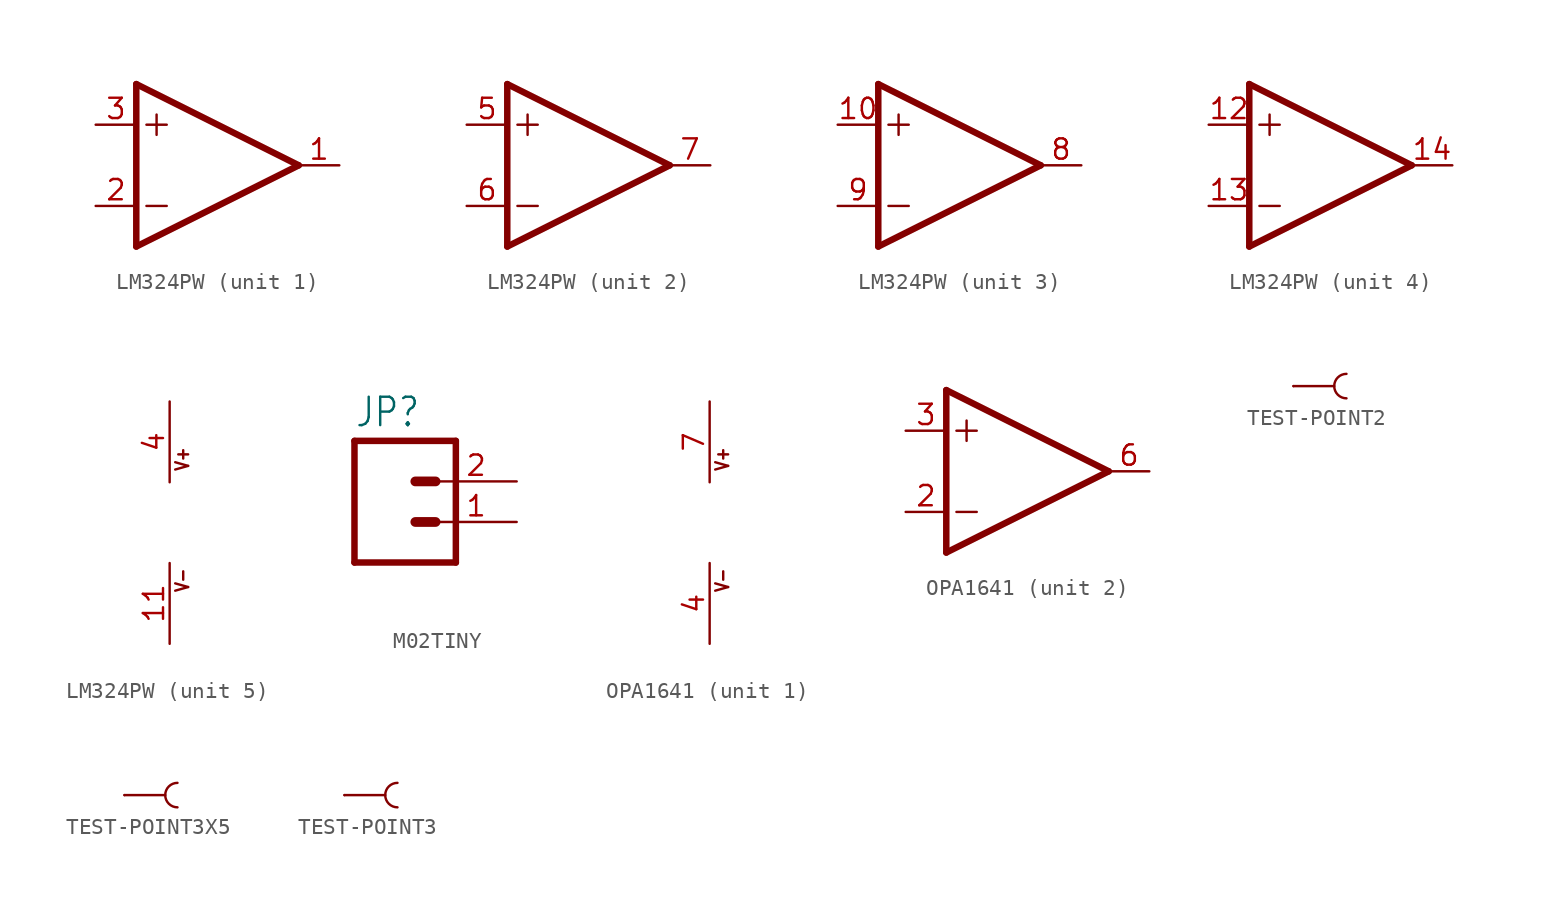
<source format=kicad_sym>
(kicad_symbol_lib
  (version 20220914)
  (generator kicad_symbol_editor)
  (symbol "LM324PW"
    (property "Reference" "IC"
      (at 2.54 3.175 0)
      (effects (font (size 1.778 1.511)) (justify left bottom) hide))
    (property "ki_locked" ""
      (at 0 0 0)
      (effects (font (size 1.27 1.27))))
    (symbol "LM324PW_1_0"
      (polyline (pts (xy -5.08 -5.08) (xy 5.08 0)) (stroke (width 0.406) (type solid)) (fill (type none)))
      (polyline (pts (xy -5.08 5.08) (xy -5.08 -5.08)) (stroke (width 0.406) (type solid)) (fill (type none)))
      (polyline (pts (xy -4.445 -2.54) (xy -3.175 -2.54)) (stroke (width 0.152) (type solid)) (fill (type none)))
      (polyline (pts (xy -4.445 2.54) (xy -3.175 2.54)) (stroke (width 0.152) (type solid)) (fill (type none)))
      (polyline (pts (xy -3.81 3.175) (xy -3.81 1.905)) (stroke (width 0.152) (type solid)) (fill (type none)))
      (polyline (pts (xy 5.08 0) (xy -5.08 5.08)) (stroke (width 0.406) (type solid)) (fill (type none)))
      (pin output line (at 7.62 0 180) (length 2.54) (name "OUT" (effects (font (size 0 0)))) (number "1" (effects (font (size 1.27 1.27)))))
      (pin input line (at -7.62 -2.54 0) (length 2.54) (name "-IN" (effects (font (size 0 0)))) (number "2" (effects (font (size 1.27 1.27)))))
      (pin input line (at -7.62 2.54 0) (length 2.54) (name "+IN" (effects (font (size 0 0)))) (number "3" (effects (font (size 1.27 1.27))))))
    (symbol "LM324PW_2_0"
      (polyline (pts (xy -5.08 -5.08) (xy 5.08 0)) (stroke (width 0.406) (type solid)) (fill (type none)))
      (polyline (pts (xy -5.08 5.08) (xy -5.08 -5.08)) (stroke (width 0.406) (type solid)) (fill (type none)))
      (polyline (pts (xy -4.445 -2.54) (xy -3.175 -2.54)) (stroke (width 0.152) (type solid)) (fill (type none)))
      (polyline (pts (xy -4.445 2.54) (xy -3.175 2.54)) (stroke (width 0.152) (type solid)) (fill (type none)))
      (polyline (pts (xy -3.81 3.175) (xy -3.81 1.905)) (stroke (width 0.152) (type solid)) (fill (type none)))
      (polyline (pts (xy 5.08 0) (xy -5.08 5.08)) (stroke (width 0.406) (type solid)) (fill (type none)))
      (pin input line (at -7.62 2.54 0) (length 2.54) (name "+IN" (effects (font (size 0 0)))) (number "5" (effects (font (size 1.27 1.27)))))
      (pin input line (at -7.62 -2.54 0) (length 2.54) (name "-IN" (effects (font (size 0 0)))) (number "6" (effects (font (size 1.27 1.27)))))
      (pin output line (at 7.62 0 180) (length 2.54) (name "OUT" (effects (font (size 0 0)))) (number "7" (effects (font (size 1.27 1.27))))))
    (symbol "LM324PW_3_0"
      (polyline (pts (xy -5.08 -5.08) (xy 5.08 0)) (stroke (width 0.406) (type solid)) (fill (type none)))
      (polyline (pts (xy -5.08 5.08) (xy -5.08 -5.08)) (stroke (width 0.406) (type solid)) (fill (type none)))
      (polyline (pts (xy -4.445 -2.54) (xy -3.175 -2.54)) (stroke (width 0.152) (type solid)) (fill (type none)))
      (polyline (pts (xy -4.445 2.54) (xy -3.175 2.54)) (stroke (width 0.152) (type solid)) (fill (type none)))
      (polyline (pts (xy -3.81 3.175) (xy -3.81 1.905)) (stroke (width 0.152) (type solid)) (fill (type none)))
      (polyline (pts (xy 5.08 0) (xy -5.08 5.08)) (stroke (width 0.406) (type solid)) (fill (type none)))
      (pin input line (at -7.62 2.54 0) (length 2.54) (name "+IN" (effects (font (size 0 0)))) (number "10" (effects (font (size 1.27 1.27)))))
      (pin output line (at 7.62 0 180) (length 2.54) (name "OUT" (effects (font (size 0 0)))) (number "8" (effects (font (size 1.27 1.27)))))
      (pin input line (at -7.62 -2.54 0) (length 2.54) (name "-IN" (effects (font (size 0 0)))) (number "9" (effects (font (size 1.27 1.27))))))
    (symbol "LM324PW_4_0"
      (polyline (pts (xy -5.08 -5.08) (xy 5.08 0)) (stroke (width 0.406) (type solid)) (fill (type none)))
      (polyline (pts (xy -5.08 5.08) (xy -5.08 -5.08)) (stroke (width 0.406) (type solid)) (fill (type none)))
      (polyline (pts (xy -4.445 -2.54) (xy -3.175 -2.54)) (stroke (width 0.152) (type solid)) (fill (type none)))
      (polyline (pts (xy -4.445 2.54) (xy -3.175 2.54)) (stroke (width 0.152) (type solid)) (fill (type none)))
      (polyline (pts (xy -3.81 3.175) (xy -3.81 1.905)) (stroke (width 0.152) (type solid)) (fill (type none)))
      (polyline (pts (xy 5.08 0) (xy -5.08 5.08)) (stroke (width 0.406) (type solid)) (fill (type none)))
      (pin input line (at -7.62 2.54 0) (length 2.54) (name "+IN" (effects (font (size 0 0)))) (number "12" (effects (font (size 1.27 1.27)))))
      (pin input line (at -7.62 -2.54 0) (length 2.54) (name "-IN" (effects (font (size 0 0)))) (number "13" (effects (font (size 1.27 1.27)))))
      (pin output line (at 7.62 0 180) (length 2.54) (name "OUT" (effects (font (size 0 0)))) (number "14" (effects (font (size 1.27 1.27))))))
    (symbol "LM324PW_5_0"
      (text "V+" (at 1.27 3.175 900) (effects (font (size 0.813 0.691)) (justify left bottom)))
      (text "V-" (at 1.27 -4.445 900) (effects (font (size 0.813 0.691)) (justify left bottom)))
      (pin power_in line (at 0 -7.62 90) (length 5.08) (name "V-" (effects (font (size 0 0)))) (number "11" (effects (font (size 1.27 1.27)))))
      (pin power_in line (at 0 7.62 270) (length 5.08) (name "V+" (effects (font (size 0 0)))) (number "4" (effects (font (size 1.27 1.27)))))))
  (symbol "M02TINY"
    (property "Reference" "JP"
      (at -2.54 5.842 0)
      (effects (font (size 1.778 1.511)) (justify left bottom)))
    (property "Value" ""
      (at -2.54 -5.08 0)
      (effects (font (size 1.778 1.511)) (justify left bottom)))
    (property "ki_locked" ""
      (at 0 0 0)
      (effects (font (size 1.27 1.27))))
    (symbol "M02TINY_1_0"
      (polyline (pts (xy -2.54 5.08) (xy -2.54 -2.54)) (stroke (width 0.406) (type solid)) (fill (type none)))
      (polyline (pts (xy -2.54 5.08) (xy 3.81 5.08)) (stroke (width 0.406) (type solid)) (fill (type none)))
      (polyline (pts (xy 1.27 0) (xy 2.54 0)) (stroke (width 0.61) (type solid)) (fill (type none)))
      (polyline (pts (xy 1.27 2.54) (xy 2.54 2.54)) (stroke (width 0.61) (type solid)) (fill (type none)))
      (polyline (pts (xy 3.81 -2.54) (xy -2.54 -2.54)) (stroke (width 0.406) (type solid)) (fill (type none)))
      (polyline (pts (xy 3.81 -2.54) (xy 3.81 5.08)) (stroke (width 0.406) (type solid)) (fill (type none)))
      (pin passive line (at 7.62 0 180) (length 5.08) (name "1" (effects (font (size 0 0)))) (number "1" (effects (font (size 1.27 1.27)))))
      (pin passive line (at 7.62 2.54 180) (length 5.08) (name "2" (effects (font (size 0 0)))) (number "2" (effects (font (size 1.27 1.27)))))))
  (symbol "OPA1641"
    (property "Reference" "IC"
      (at 2.54 3.175 0)
      (effects (font (size 1.778 1.511)) (justify left bottom) hide))
    (property "ki_locked" ""
      (at 0 0 0)
      (effects (font (size 1.27 1.27))))
    (symbol "OPA1641_1_0"
      (text "V+" (at 1.27 3.175 900) (effects (font (size 0.813 0.691)) (justify left bottom)))
      (text "V-" (at 1.27 -4.445 900) (effects (font (size 0.813 0.691)) (justify left bottom)))
      (pin power_in line (at 0 -7.62 90) (length 5.08) (name "V-" (effects (font (size 0 0)))) (number "4" (effects (font (size 1.27 1.27)))))
      (pin power_in line (at 0 7.62 270) (length 5.08) (name "V+" (effects (font (size 0 0)))) (number "7" (effects (font (size 1.27 1.27))))))
    (symbol "OPA1641_2_0"
      (polyline (pts (xy -5.08 -5.08) (xy 5.08 0)) (stroke (width 0.406) (type solid)) (fill (type none)))
      (polyline (pts (xy -5.08 5.08) (xy -5.08 -5.08)) (stroke (width 0.406) (type solid)) (fill (type none)))
      (polyline (pts (xy -4.445 -2.54) (xy -3.175 -2.54)) (stroke (width 0.152) (type solid)) (fill (type none)))
      (polyline (pts (xy -4.445 2.54) (xy -3.175 2.54)) (stroke (width 0.152) (type solid)) (fill (type none)))
      (polyline (pts (xy -3.81 3.175) (xy -3.81 1.905)) (stroke (width 0.152) (type solid)) (fill (type none)))
      (polyline (pts (xy 5.08 0) (xy -5.08 5.08)) (stroke (width 0.406) (type solid)) (fill (type none)))
      (pin input line (at -7.62 -2.54 0) (length 2.54) (name "-IN" (effects (font (size 0 0)))) (number "2" (effects (font (size 1.27 1.27)))))
      (pin input line (at -7.62 2.54 0) (length 2.54) (name "+IN" (effects (font (size 0 0)))) (number "3" (effects (font (size 1.27 1.27)))))
      (pin output line (at 7.62 0 180) (length 2.54) (name "OUT" (effects (font (size 0 0)))) (number "6" (effects (font (size 1.27 1.27)))))))
  (symbol "TEST-POINT2"
    (property "Reference" "TP"
      (at -2.54 2.54 0)
      (effects (font (size 1.778 1.511)) (justify left bottom) hide))
    (property "ki_locked" ""
      (at 0 0 0)
      (effects (font (size 1.27 1.27))))
    (symbol "TEST-POINT2_1_0"
      (polyline (pts (xy 2.54 0) (xy 0 0)) (stroke (width 0.152) (type solid)) (fill (type none)))
      (arc (start 3.302 0.762) (mid 2.54 0) (end 3.302 -0.762) (stroke (width 0.1524) (type solid)) (fill (type none)))
      (pin bidirectional line (at 0 0 180) (length 0) (name "1" (effects (font (size 0 0)))) (number "P$1" (effects (font (size 0 0)))))))
  (symbol "TEST-POINT3X5"
    (property "Reference" "TP"
      (at -2.54 2.54 0)
      (effects (font (size 1.778 1.511)) (justify left bottom) hide))
    (property "ki_locked" ""
      (at 0 0 0)
      (effects (font (size 1.27 1.27))))
    (symbol "TEST-POINT3X5_1_0"
      (polyline (pts (xy 2.54 0) (xy 0 0)) (stroke (width 0.152) (type solid)) (fill (type none)))
      (arc (start 3.302 0.762) (mid 2.54 0) (end 3.302 -0.762) (stroke (width 0.1524) (type solid)) (fill (type none)))
      (pin bidirectional line (at 0 0 180) (length 0) (name "1" (effects (font (size 0 0)))) (number "P$1" (effects (font (size 0 0)))))))
  (symbol "TEST-POINT3"
    (property "Reference" "TP"
      (at -2.54 2.54 0)
      (effects (font (size 1.778 1.511)) (justify left bottom) hide))
    (property "ki_locked" ""
      (at 0 0 0)
      (effects (font (size 1.27 1.27))))
    (symbol "TEST-POINT3_1_0"
      (polyline (pts (xy 2.54 0) (xy 0 0)) (stroke (width 0.152) (type solid)) (fill (type none)))
      (arc (start 3.302 0.762) (mid 2.54 0) (end 3.302 -0.762) (stroke (width 0.1524) (type solid)) (fill (type none)))
      (pin bidirectional line (at 0 0 180) (length 0) (name "1" (effects (font (size 0 0)))) (number "P$1" (effects (font (size 0 0))))))))
</source>
